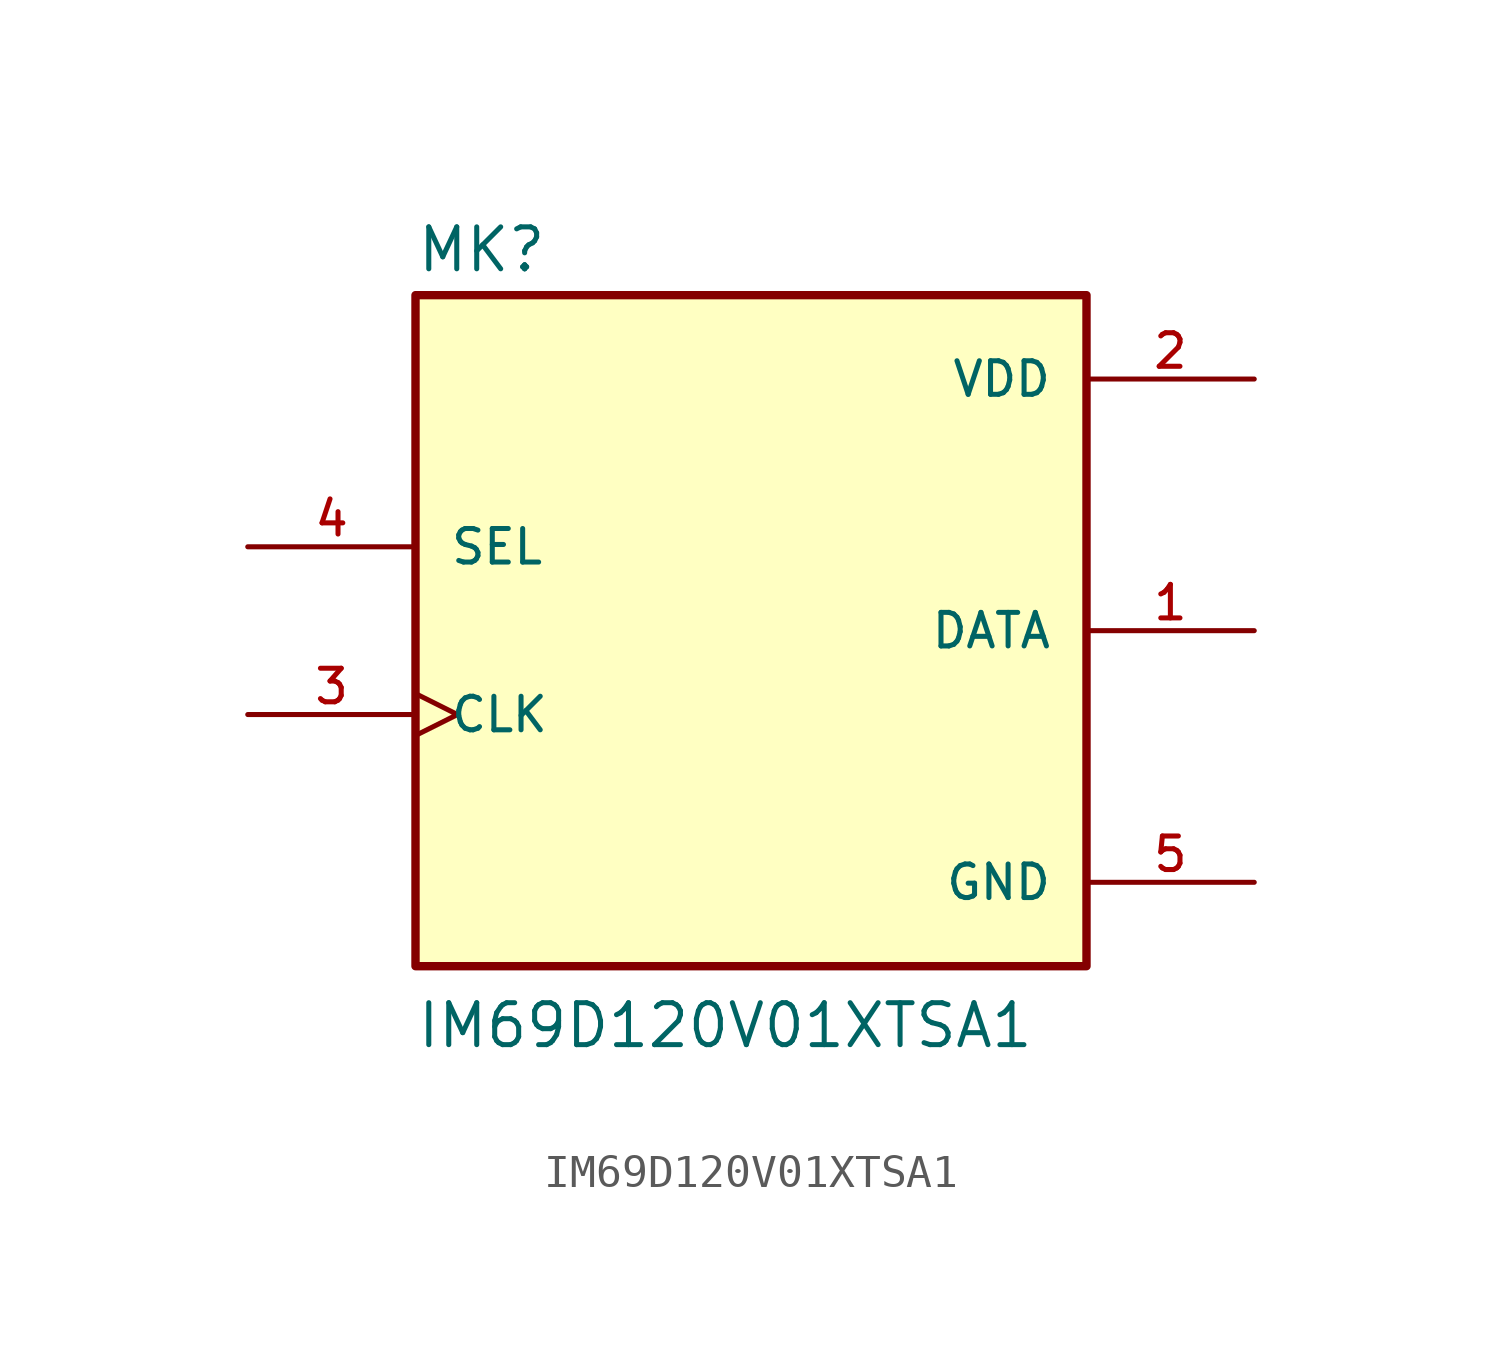
<source format=kicad_sym>
(kicad_symbol_lib
  (version 20211014)
  (generator kicad_symbol_editor)
  (symbol "IM69D120V01XTSA1"
    (pin_names
      (offset 1.016))
    (property "Reference" "MK"
      (at -10.16 10.795 0)
      (effects (font (size 1.27 1.27)) (justify bottom left)))
    (property "Value" "IM69D120V01XTSA1"
      (at -10.16 -12.7 0)
      (effects (font (size 1.27 1.27)) (justify bottom left)))
    (symbol "IM69D120V01XTSA1_0_0"
      (rectangle (start -10.16 -10.16) (end 10.16 10.16) (stroke (width 0.254)) (fill (type background)))
      (pin power_in line (at 15.24 7.62 180.0) (length 5.08) (name "VDD" (effects (font (size 1.016 1.016)))) (number "2" (effects (font (size 1.016 1.016)))))
      (pin output line (at 15.24 0.0 180.0) (length 5.08) (name "DATA" (effects (font (size 1.016 1.016)))) (number "1" (effects (font (size 1.016 1.016)))))
      (pin input clock (at -15.24 -2.54 0) (length 5.08) (name "CLK" (effects (font (size 1.016 1.016)))) (number "3" (effects (font (size 1.016 1.016)))))
      (pin input line (at -15.24 2.54 0) (length 5.08) (name "SEL" (effects (font (size 1.016 1.016)))) (number "4" (effects (font (size 1.016 1.016)))))
      (pin power_in line (at 15.24 -7.62 180.0) (length 5.08) (name "GND" (effects (font (size 1.016 1.016)))) (number "5" (effects (font (size 1.016 1.016))))))))
</source>
